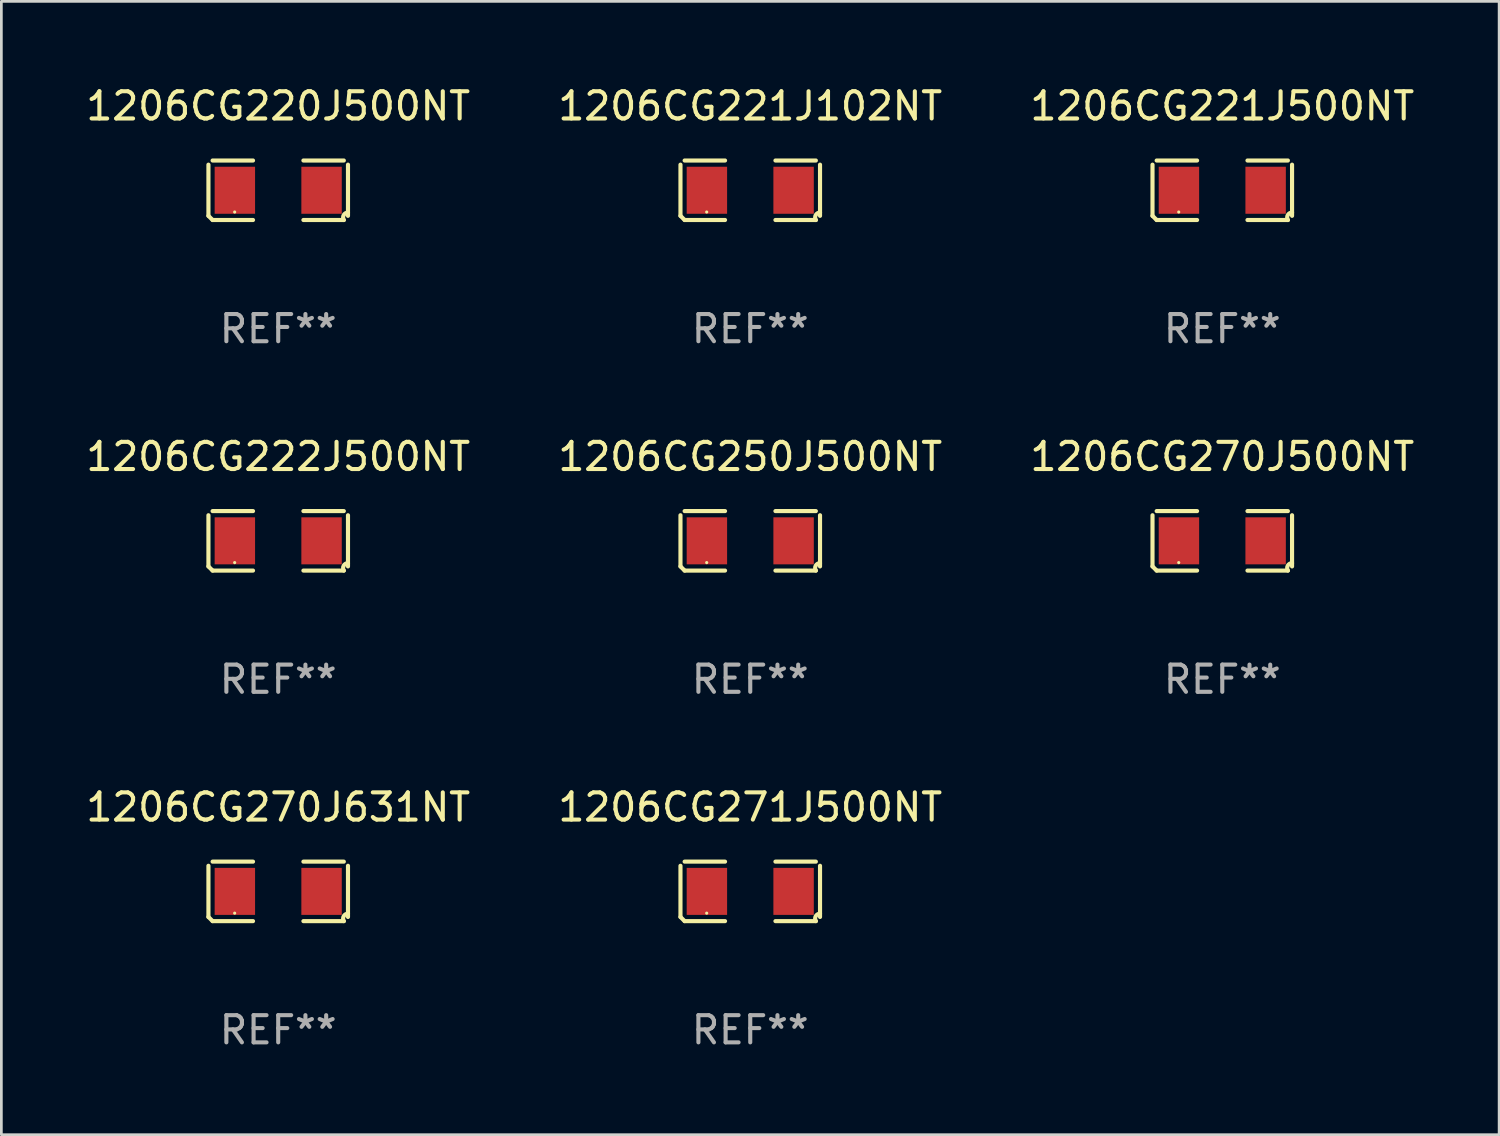
<source format=kicad_pcb>
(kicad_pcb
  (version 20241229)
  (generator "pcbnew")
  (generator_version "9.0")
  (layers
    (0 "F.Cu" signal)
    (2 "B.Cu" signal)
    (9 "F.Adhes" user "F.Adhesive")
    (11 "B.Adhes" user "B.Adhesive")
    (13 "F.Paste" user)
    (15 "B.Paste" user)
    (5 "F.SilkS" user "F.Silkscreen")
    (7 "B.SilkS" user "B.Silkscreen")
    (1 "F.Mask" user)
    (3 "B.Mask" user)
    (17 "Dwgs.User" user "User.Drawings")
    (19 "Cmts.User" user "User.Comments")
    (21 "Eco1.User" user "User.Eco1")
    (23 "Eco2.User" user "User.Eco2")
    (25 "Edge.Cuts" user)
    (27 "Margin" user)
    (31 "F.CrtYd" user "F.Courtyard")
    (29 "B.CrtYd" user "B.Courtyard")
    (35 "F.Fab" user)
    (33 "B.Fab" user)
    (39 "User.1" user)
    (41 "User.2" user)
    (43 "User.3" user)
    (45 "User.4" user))
  (footprint "1206CG270J631NT"
    (layer "F.Cu")
    (at 7.173 29.704)
    (property "Reference" "1206CG270J631NT" (at 0 -3.093 0) (layer "F.SilkS") (effects (font (size 1 1) (thickness 0.15))))
    (attr through_hole)
    (fp_line (start -2.564 0.94) (end -2.564 -0.94) (stroke (width 0.152) (type solid)) (layer "F.SilkS"))
    (fp_line (start -2.411 -1.093) (end -0.926 -1.093) (stroke (width 0.152) (type solid)) (layer "F.SilkS"))
    (fp_line (start -0.926 1.093) (end -2.411 1.093) (stroke (width 0.152) (type solid)) (layer "F.SilkS"))
    (fp_line (start 0.926 1.093) (end 2.411 1.093) (stroke (width 0.152) (type solid)) (layer "F.SilkS"))
    (fp_line (start 2.411 -1.093) (end 0.926 -1.093) (stroke (width 0.152) (type solid)) (layer "F.SilkS"))
    (fp_line (start 2.564 0.94) (end 2.564 -0.94) (stroke (width 0.152) (type solid)) (layer "F.SilkS"))
    (fp_arc (start -2.411201 1.092609) (mid -2.487413 1.01642) (end -2.563602 0.940208) (stroke (width 0.1524) (type solid)) (layer "F.SilkS"))
    (fp_arc (start 2.411201 1.092609) (mid 2.407159 0.911226) (end 2.563602 0.819347) (stroke (width 0.1524) (type solid)) (layer "F.SilkS"))
    (fp_circle (center -1.6 0.8) (end -1.57 0.8) (stroke (width 0.06) (type solid)) (fill no) (layer "F.SilkS"))
    (fp_text user "REF**" (at 0 5.093 0) (layer "F.Fab") (effects (font (size 1 1) (thickness 0.15))))
    (pad "1" smd rect (at -1.593 0) (size 1.485 1.728) (layers "F.Cu" "F.Mask" "F.Paste"))
    (pad "2" smd rect (at 1.593 0) (size 1.485 1.728) (layers "F.Cu" "F.Mask" "F.Paste")))
  (footprint "1206CG271J500NT"
    (layer "F.Cu")
    (at 24.518 29.704)
    (property "Reference" "1206CG271J500NT" (at 0 -3.093 0) (layer "F.SilkS") (effects (font (size 1 1) (thickness 0.15))))
    (attr through_hole)
    (fp_line (start -2.564 0.94) (end -2.564 -0.94) (stroke (width 0.152) (type solid)) (layer "F.SilkS"))
    (fp_line (start -2.411 -1.093) (end -0.926 -1.093) (stroke (width 0.152) (type solid)) (layer "F.SilkS"))
    (fp_line (start -0.926 1.093) (end -2.411 1.093) (stroke (width 0.152) (type solid)) (layer "F.SilkS"))
    (fp_line (start 0.926 1.093) (end 2.411 1.093) (stroke (width 0.152) (type solid)) (layer "F.SilkS"))
    (fp_line (start 2.411 -1.093) (end 0.926 -1.093) (stroke (width 0.152) (type solid)) (layer "F.SilkS"))
    (fp_line (start 2.564 0.94) (end 2.564 -0.94) (stroke (width 0.152) (type solid)) (layer "F.SilkS"))
    (fp_arc (start -2.411201 1.092609) (mid -2.487413 1.01642) (end -2.563602 0.940208) (stroke (width 0.1524) (type solid)) (layer "F.SilkS"))
    (fp_arc (start 2.411201 1.092609) (mid 2.407159 0.911226) (end 2.563602 0.819347) (stroke (width 0.1524) (type solid)) (layer "F.SilkS"))
    (fp_circle (center -1.6 0.8) (end -1.57 0.8) (stroke (width 0.06) (type solid)) (fill no) (layer "F.SilkS"))
    (fp_text user "REF**" (at 0 5.093 0) (layer "F.Fab") (effects (font (size 1 1) (thickness 0.15))))
    (pad "1" smd rect (at -1.593 0) (size 1.485 1.728) (layers "F.Cu" "F.Mask" "F.Paste"))
    (pad "2" smd rect (at 1.593 0) (size 1.485 1.728) (layers "F.Cu" "F.Mask" "F.Paste")))
  (footprint "1206CG270J500NT"
    (layer "F.Cu")
    (at 41.863 16.823)
    (property "Reference" "1206CG270J500NT" (at 0 -3.093 0) (layer "F.SilkS") (effects (font (size 1 1) (thickness 0.15))))
    (attr through_hole)
    (fp_line (start -2.564 0.94) (end -2.564 -0.94) (stroke (width 0.152) (type solid)) (layer "F.SilkS"))
    (fp_line (start -2.411 -1.093) (end -0.926 -1.093) (stroke (width 0.152) (type solid)) (layer "F.SilkS"))
    (fp_line (start -0.926 1.093) (end -2.411 1.093) (stroke (width 0.152) (type solid)) (layer "F.SilkS"))
    (fp_line (start 0.926 1.093) (end 2.411 1.093) (stroke (width 0.152) (type solid)) (layer "F.SilkS"))
    (fp_line (start 2.411 -1.093) (end 0.926 -1.093) (stroke (width 0.152) (type solid)) (layer "F.SilkS"))
    (fp_line (start 2.564 0.94) (end 2.564 -0.94) (stroke (width 0.152) (type solid)) (layer "F.SilkS"))
    (fp_arc (start -2.411201 1.092609) (mid -2.487413 1.01642) (end -2.563602 0.940208) (stroke (width 0.1524) (type solid)) (layer "F.SilkS"))
    (fp_arc (start 2.411201 1.092609) (mid 2.407159 0.911226) (end 2.563602 0.819347) (stroke (width 0.1524) (type solid)) (layer "F.SilkS"))
    (fp_circle (center -1.6 0.8) (end -1.57 0.8) (stroke (width 0.06) (type solid)) (fill no) (layer "F.SilkS"))
    (fp_text user "REF**" (at 0 5.093 0) (layer "F.Fab") (effects (font (size 1 1) (thickness 0.15))))
    (pad "1" smd rect (at -1.593 0) (size 1.485 1.728) (layers "F.Cu" "F.Mask" "F.Paste"))
    (pad "2" smd rect (at 1.593 0) (size 1.485 1.728) (layers "F.Cu" "F.Mask" "F.Paste")))
  (footprint "1206CG220J500NT"
    (layer "F.Cu")
    (at 7.173 3.941)
    (property "Reference" "1206CG220J500NT" (at 0 -3.093 0) (layer "F.SilkS") (effects (font (size 1 1) (thickness 0.15))))
    (attr through_hole)
    (fp_line (start -2.564 0.94) (end -2.564 -0.94) (stroke (width 0.152) (type solid)) (layer "F.SilkS"))
    (fp_line (start -2.411 -1.093) (end -0.926 -1.093) (stroke (width 0.152) (type solid)) (layer "F.SilkS"))
    (fp_line (start -0.926 1.093) (end -2.411 1.093) (stroke (width 0.152) (type solid)) (layer "F.SilkS"))
    (fp_line (start 0.926 1.093) (end 2.411 1.093) (stroke (width 0.152) (type solid)) (layer "F.SilkS"))
    (fp_line (start 2.411 -1.093) (end 0.926 -1.093) (stroke (width 0.152) (type solid)) (layer "F.SilkS"))
    (fp_line (start 2.564 0.94) (end 2.564 -0.94) (stroke (width 0.152) (type solid)) (layer "F.SilkS"))
    (fp_arc (start -2.411201 1.092609) (mid -2.487413 1.01642) (end -2.563602 0.940208) (stroke (width 0.1524) (type solid)) (layer "F.SilkS"))
    (fp_arc (start 2.411201 1.092609) (mid 2.407159 0.911226) (end 2.563602 0.819347) (stroke (width 0.1524) (type solid)) (layer "F.SilkS"))
    (fp_circle (center -1.6 0.8) (end -1.57 0.8) (stroke (width 0.06) (type solid)) (fill no) (layer "F.SilkS"))
    (fp_text user "REF**" (at 0 5.093 0) (layer "F.Fab") (effects (font (size 1 1) (thickness 0.15))))
    (pad "1" smd rect (at -1.593 0) (size 1.485 1.728) (layers "F.Cu" "F.Mask" "F.Paste"))
    (pad "2" smd rect (at 1.593 0) (size 1.485 1.728) (layers "F.Cu" "F.Mask" "F.Paste")))
  (footprint "1206CG222J500NT"
    (layer "F.Cu")
    (at 7.173 16.823)
    (property "Reference" "1206CG222J500NT" (at 0 -3.093 0) (layer "F.SilkS") (effects (font (size 1 1) (thickness 0.15))))
    (attr through_hole)
    (fp_line (start -2.564 0.94) (end -2.564 -0.94) (stroke (width 0.152) (type solid)) (layer "F.SilkS"))
    (fp_line (start -2.411 -1.093) (end -0.926 -1.093) (stroke (width 0.152) (type solid)) (layer "F.SilkS"))
    (fp_line (start -0.926 1.093) (end -2.411 1.093) (stroke (width 0.152) (type solid)) (layer "F.SilkS"))
    (fp_line (start 0.926 1.093) (end 2.411 1.093) (stroke (width 0.152) (type solid)) (layer "F.SilkS"))
    (fp_line (start 2.411 -1.093) (end 0.926 -1.093) (stroke (width 0.152) (type solid)) (layer "F.SilkS"))
    (fp_line (start 2.564 0.94) (end 2.564 -0.94) (stroke (width 0.152) (type solid)) (layer "F.SilkS"))
    (fp_arc (start -2.411201 1.092609) (mid -2.487413 1.01642) (end -2.563602 0.940208) (stroke (width 0.1524) (type solid)) (layer "F.SilkS"))
    (fp_arc (start 2.411201 1.092609) (mid 2.407159 0.911226) (end 2.563602 0.819347) (stroke (width 0.1524) (type solid)) (layer "F.SilkS"))
    (fp_circle (center -1.6 0.8) (end -1.57 0.8) (stroke (width 0.06) (type solid)) (fill no) (layer "F.SilkS"))
    (fp_text user "REF**" (at 0 5.093 0) (layer "F.Fab") (effects (font (size 1 1) (thickness 0.15))))
    (pad "1" smd rect (at -1.593 0) (size 1.485 1.728) (layers "F.Cu" "F.Mask" "F.Paste"))
    (pad "2" smd rect (at 1.593 0) (size 1.485 1.728) (layers "F.Cu" "F.Mask" "F.Paste")))
  (footprint "1206CG221J102NT"
    (layer "F.Cu")
    (at 24.518 3.941)
    (property "Reference" "1206CG221J102NT" (at 0 -3.093 0) (layer "F.SilkS") (effects (font (size 1 1) (thickness 0.15))))
    (attr through_hole)
    (fp_line (start -2.564 0.94) (end -2.564 -0.94) (stroke (width 0.152) (type solid)) (layer "F.SilkS"))
    (fp_line (start -2.411 -1.093) (end -0.926 -1.093) (stroke (width 0.152) (type solid)) (layer "F.SilkS"))
    (fp_line (start -0.926 1.093) (end -2.411 1.093) (stroke (width 0.152) (type solid)) (layer "F.SilkS"))
    (fp_line (start 0.926 1.093) (end 2.411 1.093) (stroke (width 0.152) (type solid)) (layer "F.SilkS"))
    (fp_line (start 2.411 -1.093) (end 0.926 -1.093) (stroke (width 0.152) (type solid)) (layer "F.SilkS"))
    (fp_line (start 2.564 0.94) (end 2.564 -0.94) (stroke (width 0.152) (type solid)) (layer "F.SilkS"))
    (fp_arc (start -2.411201 1.092609) (mid -2.487413 1.01642) (end -2.563602 0.940208) (stroke (width 0.1524) (type solid)) (layer "F.SilkS"))
    (fp_arc (start 2.411201 1.092609) (mid 2.407159 0.911226) (end 2.563602 0.819347) (stroke (width 0.1524) (type solid)) (layer "F.SilkS"))
    (fp_circle (center -1.6 0.8) (end -1.57 0.8) (stroke (width 0.06) (type solid)) (fill no) (layer "F.SilkS"))
    (fp_text user "REF**" (at 0 5.093 0) (layer "F.Fab") (effects (font (size 1 1) (thickness 0.15))))
    (pad "1" smd rect (at -1.593 0) (size 1.485 1.728) (layers "F.Cu" "F.Mask" "F.Paste"))
    (pad "2" smd rect (at 1.593 0) (size 1.485 1.728) (layers "F.Cu" "F.Mask" "F.Paste")))
  (footprint "1206CG221J500NT"
    (layer "F.Cu")
    (at 41.863 3.941)
    (property "Reference" "1206CG221J500NT" (at 0 -3.093 0) (layer "F.SilkS") (effects (font (size 1 1) (thickness 0.15))))
    (attr through_hole)
    (fp_line (start -2.564 0.94) (end -2.564 -0.94) (stroke (width 0.152) (type solid)) (layer "F.SilkS"))
    (fp_line (start -2.411 -1.093) (end -0.926 -1.093) (stroke (width 0.152) (type solid)) (layer "F.SilkS"))
    (fp_line (start -0.926 1.093) (end -2.411 1.093) (stroke (width 0.152) (type solid)) (layer "F.SilkS"))
    (fp_line (start 0.926 1.093) (end 2.411 1.093) (stroke (width 0.152) (type solid)) (layer "F.SilkS"))
    (fp_line (start 2.411 -1.093) (end 0.926 -1.093) (stroke (width 0.152) (type solid)) (layer "F.SilkS"))
    (fp_line (start 2.564 0.94) (end 2.564 -0.94) (stroke (width 0.152) (type solid)) (layer "F.SilkS"))
    (fp_arc (start -2.411201 1.092609) (mid -2.487413 1.01642) (end -2.563602 0.940208) (stroke (width 0.1524) (type solid)) (layer "F.SilkS"))
    (fp_arc (start 2.411201 1.092609) (mid 2.407159 0.911226) (end 2.563602 0.819347) (stroke (width 0.1524) (type solid)) (layer "F.SilkS"))
    (fp_circle (center -1.6 0.8) (end -1.57 0.8) (stroke (width 0.06) (type solid)) (fill no) (layer "F.SilkS"))
    (fp_text user "REF**" (at 0 5.093 0) (layer "F.Fab") (effects (font (size 1 1) (thickness 0.15))))
    (pad "1" smd rect (at -1.593 0) (size 1.485 1.728) (layers "F.Cu" "F.Mask" "F.Paste"))
    (pad "2" smd rect (at 1.593 0) (size 1.485 1.728) (layers "F.Cu" "F.Mask" "F.Paste")))
  (footprint "1206CG250J500NT"
    (layer "F.Cu")
    (at 24.518 16.823)
    (property "Reference" "1206CG250J500NT" (at 0 -3.093 0) (layer "F.SilkS") (effects (font (size 1 1) (thickness 0.15))))
    (attr through_hole)
    (fp_line (start -2.564 0.94) (end -2.564 -0.94) (stroke (width 0.152) (type solid)) (layer "F.SilkS"))
    (fp_line (start -2.411 -1.093) (end -0.926 -1.093) (stroke (width 0.152) (type solid)) (layer "F.SilkS"))
    (fp_line (start -0.926 1.093) (end -2.411 1.093) (stroke (width 0.152) (type solid)) (layer "F.SilkS"))
    (fp_line (start 0.926 1.093) (end 2.411 1.093) (stroke (width 0.152) (type solid)) (layer "F.SilkS"))
    (fp_line (start 2.411 -1.093) (end 0.926 -1.093) (stroke (width 0.152) (type solid)) (layer "F.SilkS"))
    (fp_line (start 2.564 0.94) (end 2.564 -0.94) (stroke (width 0.152) (type solid)) (layer "F.SilkS"))
    (fp_arc (start -2.411201 1.092609) (mid -2.487413 1.01642) (end -2.563602 0.940208) (stroke (width 0.1524) (type solid)) (layer "F.SilkS"))
    (fp_arc (start 2.411201 1.092609) (mid 2.407159 0.911226) (end 2.563602 0.819347) (stroke (width 0.1524) (type solid)) (layer "F.SilkS"))
    (fp_circle (center -1.6 0.8) (end -1.57 0.8) (stroke (width 0.06) (type solid)) (fill no) (layer "F.SilkS"))
    (fp_text user "REF**" (at 0 5.093 0) (layer "F.Fab") (effects (font (size 1 1) (thickness 0.15))))
    (pad "1" smd rect (at -1.593 0) (size 1.485 1.728) (layers "F.Cu" "F.Mask" "F.Paste"))
    (pad "2" smd rect (at 1.593 0) (size 1.485 1.728) (layers "F.Cu" "F.Mask" "F.Paste")))
  (gr_rect
    (start -3 -3)
    (end 52.036 38.645)
    (stroke (width 0.1) (type default))
    (fill no)
    (layer "Edge.Cuts")))
</source>
